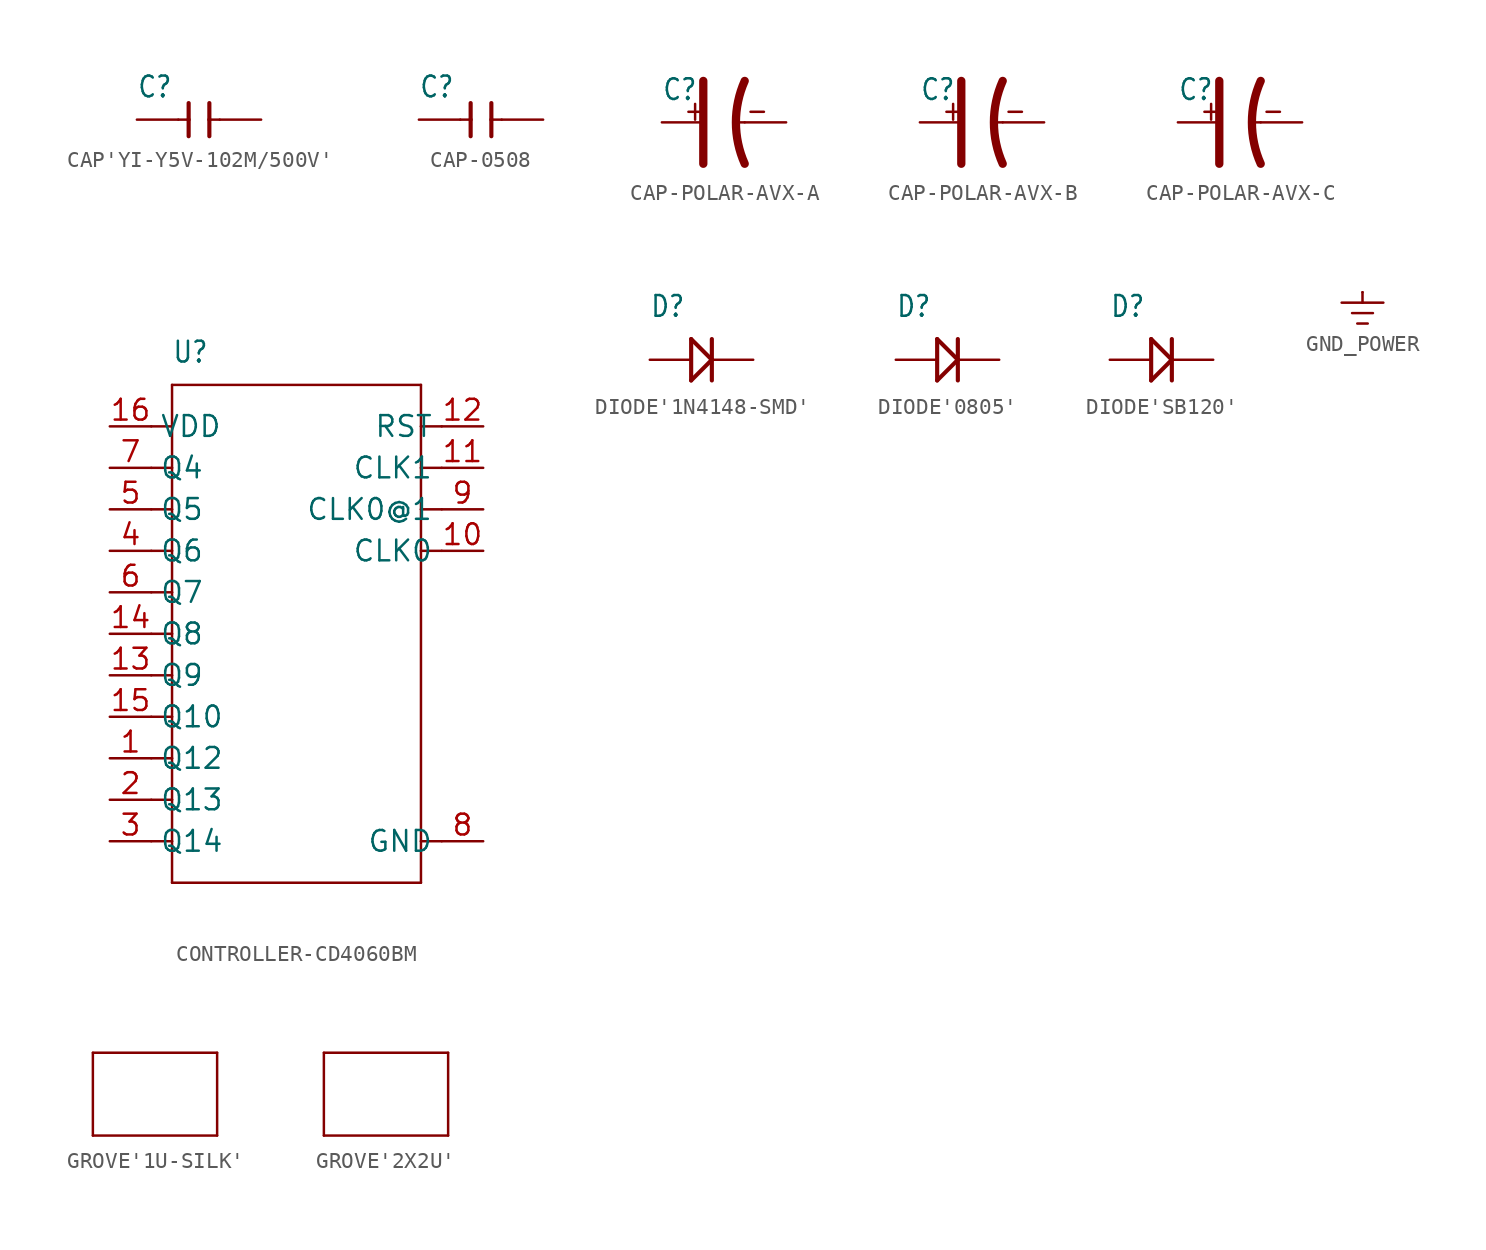
<source format=kicad_sym>
(kicad_symbol_lib
  (version 20220914)
  (generator kicad_symbol_editor)
  (symbol "CAP'YI-Y5V-102M/500V'"
    (property "Reference" "C"
      (at -3.81 1.27 0)
      (effects (font (size 1.27 1.079)) (justify left bottom)))
    (property "Value" ""
      (at 1.27 1.27 0)
      (effects (font (size 1.27 1.079)) (justify left bottom)))
    (property "ki_locked" ""
      (at 0 0 0)
      (effects (font (size 1.27 1.27))))
    (symbol "CAP'YI-Y5V-102M/500V'_1_0"
      (polyline (pts (xy -1.27 0) (xy -0.635 0)) (stroke (width 0.152) (type solid)) (fill (type none)))
      (polyline (pts (xy -0.635 -1.016) (xy -0.635 0)) (stroke (width 0.254) (type solid)) (fill (type none)))
      (polyline (pts (xy -0.635 0) (xy -0.635 1.016)) (stroke (width 0.254) (type solid)) (fill (type none)))
      (polyline (pts (xy 0.635 0) (xy 0.635 -1.016)) (stroke (width 0.254) (type solid)) (fill (type none)))
      (polyline (pts (xy 0.635 0) (xy 1.27 0)) (stroke (width 0.152) (type solid)) (fill (type none)))
      (polyline (pts (xy 0.635 1.016) (xy 0.635 0)) (stroke (width 0.254) (type solid)) (fill (type none)))
      (pin passive line (at -3.81 0 0) (length 2.54) (name "1" (effects (font (size 0 0)))) (number "1" (effects (font (size 0 0)))))
      (pin passive line (at 3.81 0 180) (length 2.54) (name "2" (effects (font (size 0 0)))) (number "2" (effects (font (size 0 0)))))))
  (symbol "CAP-0508"
    (property "Reference" "C"
      (at -3.81 1.27 0)
      (effects (font (size 1.27 1.079)) (justify left bottom)))
    (property "Value" ""
      (at 1.27 1.27 0)
      (effects (font (size 1.27 1.079)) (justify left bottom)))
    (property "ki_locked" ""
      (at 0 0 0)
      (effects (font (size 1.27 1.27))))
    (symbol "CAP-0508_1_0"
      (polyline (pts (xy -1.27 0) (xy -0.635 0)) (stroke (width 0.152) (type solid)) (fill (type none)))
      (polyline (pts (xy -0.635 -1.016) (xy -0.635 0)) (stroke (width 0.254) (type solid)) (fill (type none)))
      (polyline (pts (xy -0.635 0) (xy -0.635 1.016)) (stroke (width 0.254) (type solid)) (fill (type none)))
      (polyline (pts (xy 0.635 0) (xy 0.635 -1.016)) (stroke (width 0.254) (type solid)) (fill (type none)))
      (polyline (pts (xy 0.635 0) (xy 1.27 0)) (stroke (width 0.152) (type solid)) (fill (type none)))
      (polyline (pts (xy 0.635 1.016) (xy 0.635 0)) (stroke (width 0.254) (type solid)) (fill (type none)))
      (pin passive line (at -3.81 0 0) (length 2.54) (name "1" (effects (font (size 0 0)))) (number "1" (effects (font (size 0 0)))))
      (pin passive line (at 3.81 0 180) (length 2.54) (name "2" (effects (font (size 0 0)))) (number "2" (effects (font (size 0 0)))))))
  (symbol "CAP-POLAR-AVX-A"
    (property "Reference" "C"
      (at -3.81 1.27 0)
      (effects (font (size 1.27 1.079)) (justify left bottom)))
    (property "Value" ""
      (at 1.27 1.27 0)
      (effects (font (size 1.27 1.079)) (justify left bottom)))
    (property "ki_locked" ""
      (at 0 0 0)
      (effects (font (size 1.27 1.27))))
    (symbol "CAP-POLAR-AVX-A_1_0"
      (polyline (pts (xy -1.27 2.54) (xy -1.27 -2.54)) (stroke (width 0.508) (type solid)) (fill (type none)))
      (polyline (pts (xy 1.27 0) (xy 0.635 0)) (stroke (width 0.152) (type solid)) (fill (type none)))
      (arc (start 1.27 2.54) (mid 0.731 0) (end 1.27 -2.5399) (stroke (width 0.508) (type solid)) (fill (type none)))
      (text "+" (at -2.54 0 0) (effects (font (size 1.27 1.079)) (justify left bottom)))
      (text "-" (at 1.27 0 0) (effects (font (size 1.27 1.079)) (justify left bottom)))
      (pin passive line (at -3.81 0 0) (length 2.54) (name "+" (effects (font (size 0 0)))) (number "+" (effects (font (size 0 0)))))
      (pin passive line (at 3.81 0 180) (length 2.54) (name "-" (effects (font (size 0 0)))) (number "-" (effects (font (size 0 0)))))))
  (symbol "CAP-POLAR-AVX-B"
    (property "Reference" "C"
      (at -3.81 1.27 0)
      (effects (font (size 1.27 1.079)) (justify left bottom)))
    (property "Value" ""
      (at 1.27 1.27 0)
      (effects (font (size 1.27 1.079)) (justify left bottom)))
    (property "ki_locked" ""
      (at 0 0 0)
      (effects (font (size 1.27 1.27))))
    (symbol "CAP-POLAR-AVX-B_1_0"
      (polyline (pts (xy -1.27 2.54) (xy -1.27 -2.54)) (stroke (width 0.508) (type solid)) (fill (type none)))
      (polyline (pts (xy 1.27 0) (xy 0.635 0)) (stroke (width 0.152) (type solid)) (fill (type none)))
      (arc (start 1.27 2.54) (mid 0.731 0) (end 1.27 -2.5399) (stroke (width 0.508) (type solid)) (fill (type none)))
      (text "+" (at -2.54 0 0) (effects (font (size 1.27 1.079)) (justify left bottom)))
      (text "-" (at 1.27 0 0) (effects (font (size 1.27 1.079)) (justify left bottom)))
      (pin passive line (at -3.81 0 0) (length 2.54) (name "+" (effects (font (size 0 0)))) (number "+" (effects (font (size 0 0)))))
      (pin passive line (at 3.81 0 180) (length 2.54) (name "-" (effects (font (size 0 0)))) (number "-" (effects (font (size 0 0)))))))
  (symbol "CAP-POLAR-AVX-C"
    (property "Reference" "C"
      (at -3.81 1.27 0)
      (effects (font (size 1.27 1.079)) (justify left bottom)))
    (property "Value" ""
      (at 1.27 1.27 0)
      (effects (font (size 1.27 1.079)) (justify left bottom)))
    (property "ki_locked" ""
      (at 0 0 0)
      (effects (font (size 1.27 1.27))))
    (symbol "CAP-POLAR-AVX-C_1_0"
      (polyline (pts (xy -1.27 2.54) (xy -1.27 -2.54)) (stroke (width 0.508) (type solid)) (fill (type none)))
      (polyline (pts (xy 1.27 0) (xy 0.635 0)) (stroke (width 0.152) (type solid)) (fill (type none)))
      (arc (start 1.27 2.54) (mid 0.731 0) (end 1.27 -2.5399) (stroke (width 0.508) (type solid)) (fill (type none)))
      (text "+" (at -2.54 0 0) (effects (font (size 1.27 1.079)) (justify left bottom)))
      (text "-" (at 1.27 0 0) (effects (font (size 1.27 1.079)) (justify left bottom)))
      (pin passive line (at -3.81 0 0) (length 2.54) (name "+" (effects (font (size 0 0)))) (number "+" (effects (font (size 0 0)))))
      (pin passive line (at 3.81 0 180) (length 2.54) (name "-" (effects (font (size 0 0)))) (number "-" (effects (font (size 0 0)))))))
  (symbol "CONTROLLER-CD4060BM"
    (property "Reference" "U"
      (at -7.62 16.51 0)
      (effects (font (size 1.27 1.079)) (justify left bottom)))
    (property "Value" ""
      (at -7.62 15.24 0)
      (effects (font (size 1.27 1.079)) (justify left bottom)))
    (property "ki_locked" ""
      (at 0 0 0)
      (effects (font (size 1.27 1.27))))
    (symbol "CONTROLLER-CD4060BM_1_0"
      (polyline (pts (xy -7.62 -15.24) (xy -7.62 -12.7)) (stroke (width 0.152) (type solid)) (fill (type none)))
      (polyline (pts (xy -7.62 -12.7) (xy -8.89 -12.7)) (stroke (width 0.152) (type solid)) (fill (type none)))
      (polyline (pts (xy -7.62 -12.7) (xy -7.62 -10.16)) (stroke (width 0.152) (type solid)) (fill (type none)))
      (polyline (pts (xy -7.62 -10.16) (xy -8.89 -10.16)) (stroke (width 0.152) (type solid)) (fill (type none)))
      (polyline (pts (xy -7.62 -10.16) (xy -7.62 -7.62)) (stroke (width 0.152) (type solid)) (fill (type none)))
      (polyline (pts (xy -7.62 -7.62) (xy -8.89 -7.62)) (stroke (width 0.152) (type solid)) (fill (type none)))
      (polyline (pts (xy -7.62 -7.62) (xy -7.62 -5.08)) (stroke (width 0.152) (type solid)) (fill (type none)))
      (polyline (pts (xy -7.62 -5.08) (xy -8.89 -5.08)) (stroke (width 0.152) (type solid)) (fill (type none)))
      (polyline (pts (xy -7.62 -5.08) (xy -7.62 -2.54)) (stroke (width 0.152) (type solid)) (fill (type none)))
      (polyline (pts (xy -7.62 -2.54) (xy -8.89 -2.54)) (stroke (width 0.152) (type solid)) (fill (type none)))
      (polyline (pts (xy -7.62 -2.54) (xy -7.62 0)) (stroke (width 0.152) (type solid)) (fill (type none)))
      (polyline (pts (xy -7.62 0) (xy -8.89 0)) (stroke (width 0.152) (type solid)) (fill (type none)))
      (polyline (pts (xy -7.62 0) (xy -7.62 2.54)) (stroke (width 0.152) (type solid)) (fill (type none)))
      (polyline (pts (xy -7.62 2.54) (xy -8.89 2.54)) (stroke (width 0.152) (type solid)) (fill (type none)))
      (polyline (pts (xy -7.62 2.54) (xy -7.62 5.08)) (stroke (width 0.152) (type solid)) (fill (type none)))
      (polyline (pts (xy -7.62 5.08) (xy -8.89 5.08)) (stroke (width 0.152) (type solid)) (fill (type none)))
      (polyline (pts (xy -7.62 5.08) (xy -7.62 7.62)) (stroke (width 0.152) (type solid)) (fill (type none)))
      (polyline (pts (xy -7.62 7.62) (xy -8.89 7.62)) (stroke (width 0.152) (type solid)) (fill (type none)))
      (polyline (pts (xy -7.62 7.62) (xy -7.62 10.16)) (stroke (width 0.152) (type solid)) (fill (type none)))
      (polyline (pts (xy -7.62 10.16) (xy -8.89 10.16)) (stroke (width 0.152) (type solid)) (fill (type none)))
      (polyline (pts (xy -7.62 10.16) (xy -7.62 12.7)) (stroke (width 0.152) (type solid)) (fill (type none)))
      (polyline (pts (xy -7.62 12.7) (xy -8.89 12.7)) (stroke (width 0.152) (type solid)) (fill (type none)))
      (polyline (pts (xy -7.62 12.7) (xy -7.62 15.24)) (stroke (width 0.152) (type solid)) (fill (type none)))
      (polyline (pts (xy -7.62 15.24) (xy 7.62 15.24)) (stroke (width 0.152) (type solid)) (fill (type none)))
      (polyline (pts (xy 7.62 -15.24) (xy -7.62 -15.24)) (stroke (width 0.152) (type solid)) (fill (type none)))
      (polyline (pts (xy 7.62 -12.7) (xy 7.62 -15.24)) (stroke (width 0.152) (type solid)) (fill (type none)))
      (polyline (pts (xy 7.62 5.08) (xy 7.62 -12.7)) (stroke (width 0.152) (type solid)) (fill (type none)))
      (polyline (pts (xy 7.62 7.62) (xy 7.62 5.08)) (stroke (width 0.152) (type solid)) (fill (type none)))
      (polyline (pts (xy 7.62 10.16) (xy 7.62 7.62)) (stroke (width 0.152) (type solid)) (fill (type none)))
      (polyline (pts (xy 7.62 12.7) (xy 7.62 10.16)) (stroke (width 0.152) (type solid)) (fill (type none)))
      (polyline (pts (xy 7.62 15.24) (xy 7.62 12.7)) (stroke (width 0.152) (type solid)) (fill (type none)))
      (polyline (pts (xy 8.89 -12.7) (xy 7.62 -12.7)) (stroke (width 0.152) (type solid)) (fill (type none)))
      (polyline (pts (xy 8.89 5.08) (xy 7.62 5.08)) (stroke (width 0.152) (type solid)) (fill (type none)))
      (polyline (pts (xy 8.89 7.62) (xy 7.62 7.62)) (stroke (width 0.152) (type solid)) (fill (type none)))
      (polyline (pts (xy 8.89 10.16) (xy 7.62 10.16)) (stroke (width 0.152) (type solid)) (fill (type none)))
      (polyline (pts (xy 8.89 12.7) (xy 7.62 12.7)) (stroke (width 0.152) (type solid)) (fill (type none)))
      (pin bidirectional line (at -11.43 -7.62 0) (length 2.54) (name "Q12" (effects (font (size 1.27 1.27)))) (number "1" (effects (font (size 1.27 1.27)))))
      (pin bidirectional line (at 11.43 5.08 180) (length 2.54) (name "CLK0" (effects (font (size 1.27 1.27)))) (number "10" (effects (font (size 1.27 1.27)))))
      (pin bidirectional line (at 11.43 10.16 180) (length 2.54) (name "CLK1" (effects (font (size 1.27 1.27)))) (number "11" (effects (font (size 1.27 1.27)))))
      (pin bidirectional line (at 11.43 12.7 180) (length 2.54) (name "RST" (effects (font (size 1.27 1.27)))) (number "12" (effects (font (size 1.27 1.27)))))
      (pin bidirectional line (at -11.43 -2.54 0) (length 2.54) (name "Q9" (effects (font (size 1.27 1.27)))) (number "13" (effects (font (size 1.27 1.27)))))
      (pin bidirectional line (at -11.43 0 0) (length 2.54) (name "Q8" (effects (font (size 1.27 1.27)))) (number "14" (effects (font (size 1.27 1.27)))))
      (pin bidirectional line (at -11.43 -5.08 0) (length 2.54) (name "Q10" (effects (font (size 1.27 1.27)))) (number "15" (effects (font (size 1.27 1.27)))))
      (pin bidirectional line (at -11.43 12.7 0) (length 2.54) (name "VDD" (effects (font (size 1.27 1.27)))) (number "16" (effects (font (size 1.27 1.27)))))
      (pin bidirectional line (at -11.43 -10.16 0) (length 2.54) (name "Q13" (effects (font (size 1.27 1.27)))) (number "2" (effects (font (size 1.27 1.27)))))
      (pin bidirectional line (at -11.43 -12.7 0) (length 2.54) (name "Q14" (effects (font (size 1.27 1.27)))) (number "3" (effects (font (size 1.27 1.27)))))
      (pin bidirectional line (at -11.43 5.08 0) (length 2.54) (name "Q6" (effects (font (size 1.27 1.27)))) (number "4" (effects (font (size 1.27 1.27)))))
      (pin bidirectional line (at -11.43 7.62 0) (length 2.54) (name "Q5" (effects (font (size 1.27 1.27)))) (number "5" (effects (font (size 1.27 1.27)))))
      (pin bidirectional line (at -11.43 2.54 0) (length 2.54) (name "Q7" (effects (font (size 1.27 1.27)))) (number "6" (effects (font (size 1.27 1.27)))))
      (pin bidirectional line (at -11.43 10.16 0) (length 2.54) (name "Q4" (effects (font (size 1.27 1.27)))) (number "7" (effects (font (size 1.27 1.27)))))
      (pin bidirectional line (at 11.43 -12.7 180) (length 2.54) (name "GND" (effects (font (size 1.27 1.27)))) (number "8" (effects (font (size 1.27 1.27)))))
      (pin bidirectional line (at 11.43 7.62 180) (length 2.54) (name "CLK0@1" (effects (font (size 1.27 1.27)))) (number "9" (effects (font (size 1.27 1.27)))))))
  (symbol "DIODE'1N4148-SMD'"
    (property "Reference" "D"
      (at -3.81 2.54 0)
      (effects (font (size 1.27 1.079)) (justify left bottom)))
    (property "Value" ""
      (at -3.81 1.27 0)
      (effects (font (size 1.27 1.079)) (justify left bottom)))
    (property "ki_locked" ""
      (at 0 0 0)
      (effects (font (size 1.27 1.27))))
    (symbol "DIODE'1N4148-SMD'_1_0"
      (polyline (pts (xy -1.27 -1.27) (xy -1.27 1.27)) (stroke (width 0.254) (type solid)) (fill (type none)))
      (polyline (pts (xy -1.27 -1.27) (xy 0 0)) (stroke (width 0.254) (type solid)) (fill (type none)))
      (polyline (pts (xy -1.27 1.27) (xy 0 0)) (stroke (width 0.254) (type solid)) (fill (type none)))
      (polyline (pts (xy 0 0) (xy 0 -1.27)) (stroke (width 0.254) (type solid)) (fill (type none)))
      (polyline (pts (xy 0 1.27) (xy 0 0)) (stroke (width 0.254) (type solid)) (fill (type none)))
      (pin passive line (at -3.81 0 0) (length 2.54) (name "+" (effects (font (size 0 0)))) (number "A" (effects (font (size 0 0)))))
      (pin passive line (at 2.54 0 180) (length 2.54) (name "-" (effects (font (size 0 0)))) (number "C" (effects (font (size 0 0)))))))
  (symbol "DIODE'0805'"
    (property "Reference" "D"
      (at -3.81 2.54 0)
      (effects (font (size 1.27 1.079)) (justify left bottom)))
    (property "Value" ""
      (at -3.81 1.27 0)
      (effects (font (size 1.27 1.079)) (justify left bottom)))
    (property "ki_locked" ""
      (at 0 0 0)
      (effects (font (size 1.27 1.27))))
    (symbol "DIODE'0805'_1_0"
      (polyline (pts (xy -1.27 -1.27) (xy -1.27 1.27)) (stroke (width 0.254) (type solid)) (fill (type none)))
      (polyline (pts (xy -1.27 -1.27) (xy 0 0)) (stroke (width 0.254) (type solid)) (fill (type none)))
      (polyline (pts (xy -1.27 1.27) (xy 0 0)) (stroke (width 0.254) (type solid)) (fill (type none)))
      (polyline (pts (xy 0 0) (xy 0 -1.27)) (stroke (width 0.254) (type solid)) (fill (type none)))
      (polyline (pts (xy 0 1.27) (xy 0 0)) (stroke (width 0.254) (type solid)) (fill (type none)))
      (pin passive line (at -3.81 0 0) (length 2.54) (name "+" (effects (font (size 0 0)))) (number "+" (effects (font (size 0 0)))))
      (pin passive line (at 2.54 0 180) (length 2.54) (name "-" (effects (font (size 0 0)))) (number "-" (effects (font (size 0 0)))))))
  (symbol "DIODE'SB120'"
    (property "Reference" "D"
      (at -3.81 2.54 0)
      (effects (font (size 1.27 1.079)) (justify left bottom)))
    (property "Value" ""
      (at -3.81 1.27 0)
      (effects (font (size 1.27 1.079)) (justify left bottom)))
    (property "ki_locked" ""
      (at 0 0 0)
      (effects (font (size 1.27 1.27))))
    (symbol "DIODE'SB120'_1_0"
      (polyline (pts (xy -1.27 -1.27) (xy -1.27 1.27)) (stroke (width 0.254) (type solid)) (fill (type none)))
      (polyline (pts (xy -1.27 -1.27) (xy 0 0)) (stroke (width 0.254) (type solid)) (fill (type none)))
      (polyline (pts (xy -1.27 1.27) (xy 0 0)) (stroke (width 0.254) (type solid)) (fill (type none)))
      (polyline (pts (xy 0 0) (xy 0 -1.27)) (stroke (width 0.254) (type solid)) (fill (type none)))
      (polyline (pts (xy 0 1.27) (xy 0 0)) (stroke (width 0.254) (type solid)) (fill (type none)))
      (pin passive line (at -3.81 0 0) (length 2.54) (name "+" (effects (font (size 0 0)))) (number "1" (effects (font (size 0 0)))))
      (pin passive line (at 2.54 0 180) (length 2.54) (name "-" (effects (font (size 0 0)))) (number "2" (effects (font (size 0 0)))))))
  (symbol "GND_POWER"
    (power)
    (property "Reference" "#G"
      (at 0 0 0)
      (effects (font (size 1.27 1.27)) hide))
    (property "ki_locked" ""
      (at 0 0 0)
      (effects (font (size 1.27 1.27))))
    (symbol "GND_POWER_1_0"
      (polyline (pts (xy -1.27 -0.635) (xy 0 -0.635)) (stroke (width 0.152) (type solid)) (fill (type none)))
      (polyline (pts (xy -0.635 -1.27) (xy 0.635 -1.27)) (stroke (width 0.152) (type solid)) (fill (type none)))
      (polyline (pts (xy -0.318 -1.905) (xy 0.318 -1.905)) (stroke (width 0.152) (type solid)) (fill (type none)))
      (polyline (pts (xy 0 -0.635) (xy 1.27 -0.635)) (stroke (width 0.152) (type solid)) (fill (type none)))
      (polyline (pts (xy 0 0) (xy 0 -0.635)) (stroke (width 0.152) (type solid)) (fill (type none)))
      (pin power_in line (at 0 0 270) (length 0) (name "GND" (effects (font (size 0 0)))) (number "1" (effects (font (size 0 0)))))))
  (symbol "GROVE'1U-SILK'"
    (property "Reference" "U"
      (at -6.35 3.81 0)
      (effects (font (size 1.27 1.079)) (justify left bottom) hide))
    (property "ki_locked" ""
      (at 0 0 0)
      (effects (font (size 1.27 1.27))))
    (symbol "GROVE'1U-SILK'_1_0"
      (polyline (pts (xy -3.81 -2.54) (xy -3.81 2.54)) (stroke (width 0.152) (type solid)) (fill (type none)))
      (polyline (pts (xy -3.81 2.54) (xy 3.81 2.54)) (stroke (width 0.152) (type solid)) (fill (type none)))
      (polyline (pts (xy 3.81 -2.54) (xy -3.81 -2.54)) (stroke (width 0.152) (type solid)) (fill (type none)))
      (polyline (pts (xy 3.81 2.54) (xy 3.81 -2.54)) (stroke (width 0.152) (type solid)) (fill (type none)))))
  (symbol "GROVE'2X2U'"
    (property "Reference" "U"
      (at -6.35 3.81 0)
      (effects (font (size 1.27 1.079)) (justify left bottom) hide))
    (property "ki_locked" ""
      (at 0 0 0)
      (effects (font (size 1.27 1.27))))
    (symbol "GROVE'2X2U'_1_0"
      (polyline (pts (xy -3.81 -2.54) (xy -3.81 2.54)) (stroke (width 0.152) (type solid)) (fill (type none)))
      (polyline (pts (xy -3.81 2.54) (xy 3.81 2.54)) (stroke (width 0.152) (type solid)) (fill (type none)))
      (polyline (pts (xy 3.81 -2.54) (xy -3.81 -2.54)) (stroke (width 0.152) (type solid)) (fill (type none)))
      (polyline (pts (xy 3.81 2.54) (xy 3.81 -2.54)) (stroke (width 0.152) (type solid)) (fill (type none))))))
</source>
